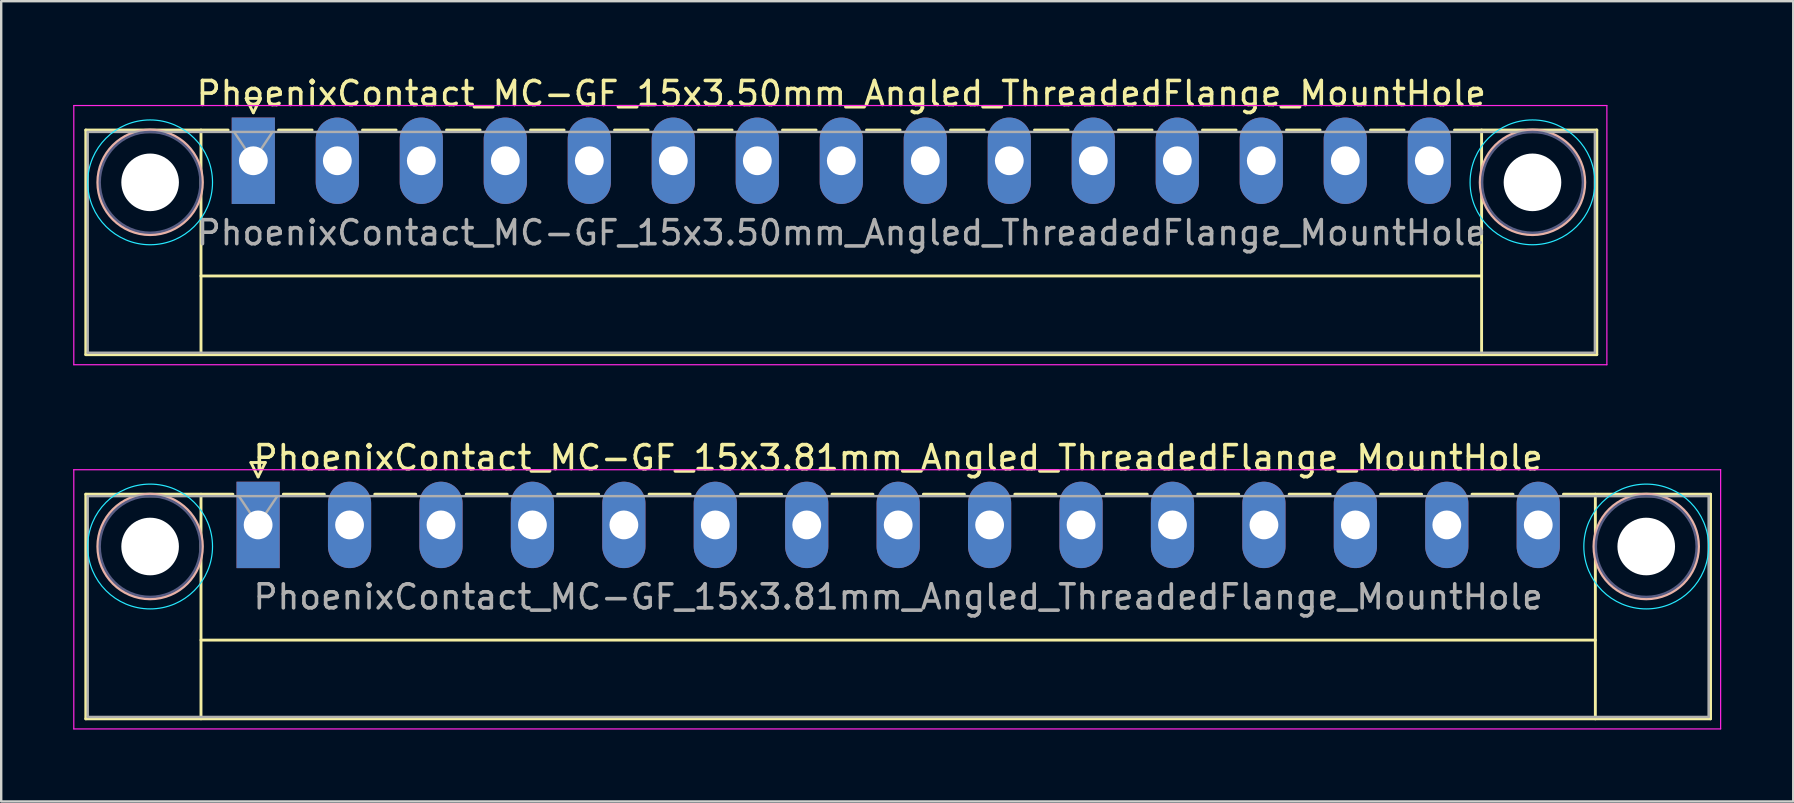
<source format=kicad_pcb>
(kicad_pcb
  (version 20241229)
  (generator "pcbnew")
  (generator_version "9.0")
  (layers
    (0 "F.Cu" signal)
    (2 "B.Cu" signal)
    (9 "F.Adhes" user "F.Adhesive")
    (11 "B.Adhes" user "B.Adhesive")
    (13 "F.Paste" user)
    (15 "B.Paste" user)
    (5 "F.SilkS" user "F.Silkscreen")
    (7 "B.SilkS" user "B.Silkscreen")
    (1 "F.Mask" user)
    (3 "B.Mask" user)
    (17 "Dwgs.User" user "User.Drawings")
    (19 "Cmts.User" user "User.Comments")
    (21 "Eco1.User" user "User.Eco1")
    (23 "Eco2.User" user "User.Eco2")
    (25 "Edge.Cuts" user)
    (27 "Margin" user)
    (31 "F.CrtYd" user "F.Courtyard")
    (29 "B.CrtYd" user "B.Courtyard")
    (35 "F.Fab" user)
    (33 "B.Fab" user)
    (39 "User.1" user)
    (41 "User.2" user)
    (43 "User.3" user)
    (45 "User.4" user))
  (footprint "PhoenixContact_MC-GF_15x3.81mm_Angled_ThreadedFlange_MountHole"
    (layer "F.Cu")
    (at 7.705 18.822)
    (property "Reference" "PhoenixContact_MC-GF_15x3.81mm_Angled_ThreadedFlange_MountHole" (at 26.67 -2.8 0) (layer "F.SilkS") (effects (font (size 1 1) (thickness 0.15))))
    (attr through_hole)
    (fp_line (start -7.18 -1.28) (end -7.18 8.08) (stroke (width 0.12) (type solid)) (layer "F.SilkS"))
    (fp_line (start -7.18 -1.28) (end -1.05 -1.28) (stroke (width 0.12) (type solid)) (layer "F.SilkS"))
    (fp_line (start -7.18 8.08) (end 60.52 8.08) (stroke (width 0.12) (type solid)) (layer "F.SilkS"))
    (fp_line (start -2.38 -1.28) (end -2.38 8.08) (stroke (width 0.12) (type solid)) (layer "F.SilkS"))
    (fp_line (start -2.38 4.8) (end 55.72 4.8) (stroke (width 0.12) (type solid)) (layer "F.SilkS"))
    (fp_line (start -0.3 -2.6) (end 0.3 -2.6) (stroke (width 0.12) (type solid)) (layer "F.SilkS"))
    (fp_line (start 0 -2) (end -0.3 -2.6) (stroke (width 0.12) (type solid)) (layer "F.SilkS"))
    (fp_line (start 0.3 -2.6) (end 0 -2) (stroke (width 0.12) (type solid)) (layer "F.SilkS"))
    (fp_line (start 1.05 -1.28) (end 2.76 -1.28) (stroke (width 0.12) (type solid)) (layer "F.SilkS"))
    (fp_line (start 4.86 -1.28) (end 6.57 -1.28) (stroke (width 0.12) (type solid)) (layer "F.SilkS"))
    (fp_line (start 8.67 -1.28) (end 10.38 -1.28) (stroke (width 0.12) (type solid)) (layer "F.SilkS"))
    (fp_line (start 12.48 -1.28) (end 14.19 -1.28) (stroke (width 0.12) (type solid)) (layer "F.SilkS"))
    (fp_line (start 16.29 -1.28) (end 18 -1.28) (stroke (width 0.12) (type solid)) (layer "F.SilkS"))
    (fp_line (start 20.1 -1.28) (end 21.81 -1.28) (stroke (width 0.12) (type solid)) (layer "F.SilkS"))
    (fp_line (start 23.91 -1.28) (end 25.62 -1.28) (stroke (width 0.12) (type solid)) (layer "F.SilkS"))
    (fp_line (start 27.72 -1.28) (end 29.43 -1.28) (stroke (width 0.12) (type solid)) (layer "F.SilkS"))
    (fp_line (start 31.53 -1.28) (end 33.24 -1.28) (stroke (width 0.12) (type solid)) (layer "F.SilkS"))
    (fp_line (start 35.34 -1.28) (end 37.05 -1.28) (stroke (width 0.12) (type solid)) (layer "F.SilkS"))
    (fp_line (start 39.15 -1.28) (end 40.86 -1.28) (stroke (width 0.12) (type solid)) (layer "F.SilkS"))
    (fp_line (start 42.96 -1.28) (end 44.67 -1.28) (stroke (width 0.12) (type solid)) (layer "F.SilkS"))
    (fp_line (start 46.77 -1.28) (end 48.48 -1.28) (stroke (width 0.12) (type solid)) (layer "F.SilkS"))
    (fp_line (start 50.58 -1.28) (end 52.29 -1.28) (stroke (width 0.12) (type solid)) (layer "F.SilkS"))
    (fp_line (start 55.72 -1.28) (end 55.72 8.08) (stroke (width 0.12) (type solid)) (layer "F.SilkS"))
    (fp_line (start 60.52 -1.28) (end 54.39 -1.28) (stroke (width 0.12) (type solid)) (layer "F.SilkS"))
    (fp_line (start 60.52 8.08) (end 60.52 -1.28) (stroke (width 0.12) (type solid)) (layer "F.SilkS"))
    (fp_circle (center -4.5 0.9) (end -2.32 0.9) (stroke (width 0.12) (type solid)) (fill no) (layer "B.SilkS"))
    (fp_circle (center 57.84 0.9) (end 60.02 0.9) (stroke (width 0.12) (type solid)) (fill no) (layer "B.SilkS"))
    (fp_circle (center -4.5 0.9) (end -1.9 0.9) (stroke (width 0.05) (type solid)) (fill no) (layer "B.CrtYd"))
    (fp_circle (center 57.84 0.9) (end 60.44 0.9) (stroke (width 0.05) (type solid)) (fill no) (layer "B.CrtYd"))
    (fp_line (start -7.68 -2.3) (end -7.68 8.5) (stroke (width 0.05) (type solid)) (layer "F.CrtYd"))
    (fp_line (start -7.68 8.5) (end 60.94 8.5) (stroke (width 0.05) (type solid)) (layer "F.CrtYd"))
    (fp_line (start 60.94 -2.3) (end -7.68 -2.3) (stroke (width 0.05) (type solid)) (layer "F.CrtYd"))
    (fp_line (start 60.94 8.5) (end 60.94 -2.3) (stroke (width 0.05) (type solid)) (layer "F.CrtYd"))
    (fp_circle (center -4.5 0.9) (end -2.4 0.9) (stroke (width 0.1) (type solid)) (fill no) (layer "B.Fab"))
    (fp_circle (center 57.84 0.9) (end 59.94 0.9) (stroke (width 0.1) (type solid)) (fill no) (layer "B.Fab"))
    (fp_line (start -7.1 -1.2) (end -7.1 8) (stroke (width 0.1) (type solid)) (layer "F.Fab"))
    (fp_line (start -7.1 8) (end 60.44 8) (stroke (width 0.1) (type solid)) (layer "F.Fab"))
    (fp_line (start 0 0) (end -0.8 -1.2) (stroke (width 0.1) (type solid)) (layer "F.Fab"))
    (fp_line (start 0.8 -1.2) (end 0 0) (stroke (width 0.1) (type solid)) (layer "F.Fab"))
    (fp_line (start 60.44 -1.2) (end -7.1 -1.2) (stroke (width 0.1) (type solid)) (layer "F.Fab"))
    (fp_line (start 60.44 8) (end 60.44 -1.2) (stroke (width 0.1) (type solid)) (layer "F.Fab"))
    (fp_text user "${REFERENCE}" (at 26.67 3 0) (layer "F.Fab") (effects (font (size 1 1) (thickness 0.15))))
    (pad "" np_thru_hole circle (at -4.5 0.9) (size 2.4 2.4) (drill 2.4) (layers "*.Cu" "*.Mask"))
    (pad "" np_thru_hole circle (at 57.84 0.9) (size 2.4 2.4) (drill 2.4) (layers "*.Cu" "*.Mask"))
    (pad "1" thru_hole rect (at 0 0) (size 1.8 3.6) (drill 1.2) (layers "*.Cu" "*.Mask"))
    (pad "2" thru_hole oval (at 3.81 0) (size 1.8 3.6) (drill 1.2) (layers "*.Cu" "*.Mask"))
    (pad "3" thru_hole oval (at 7.62 0) (size 1.8 3.6) (drill 1.2) (layers "*.Cu" "*.Mask"))
    (pad "4" thru_hole oval (at 11.43 0) (size 1.8 3.6) (drill 1.2) (layers "*.Cu" "*.Mask"))
    (pad "5" thru_hole oval (at 15.24 0) (size 1.8 3.6) (drill 1.2) (layers "*.Cu" "*.Mask"))
    (pad "6" thru_hole oval (at 19.05 0) (size 1.8 3.6) (drill 1.2) (layers "*.Cu" "*.Mask"))
    (pad "7" thru_hole oval (at 22.86 0) (size 1.8 3.6) (drill 1.2) (layers "*.Cu" "*.Mask"))
    (pad "8" thru_hole oval (at 26.67 0) (size 1.8 3.6) (drill 1.2) (layers "*.Cu" "*.Mask"))
    (pad "9" thru_hole oval (at 30.48 0) (size 1.8 3.6) (drill 1.2) (layers "*.Cu" "*.Mask"))
    (pad "10" thru_hole oval (at 34.29 0) (size 1.8 3.6) (drill 1.2) (layers "*.Cu" "*.Mask"))
    (pad "11" thru_hole oval (at 38.1 0) (size 1.8 3.6) (drill 1.2) (layers "*.Cu" "*.Mask"))
    (pad "12" thru_hole oval (at 41.91 0) (size 1.8 3.6) (drill 1.2) (layers "*.Cu" "*.Mask"))
    (pad "13" thru_hole oval (at 45.72 0) (size 1.8 3.6) (drill 1.2) (layers "*.Cu" "*.Mask"))
    (pad "14" thru_hole oval (at 49.53 0) (size 1.8 3.6) (drill 1.2) (layers "*.Cu" "*.Mask"))
    (pad "15" thru_hole oval (at 53.34 0) (size 1.8 3.6) (drill 1.2) (layers "*.Cu" "*.Mask")))
  (footprint "PhoenixContact_MC-GF_15x3.50mm_Angled_ThreadedFlange_MountHole"
    (layer "F.Cu")
    (at 7.505 3.648)
    (property "Reference" "PhoenixContact_MC-GF_15x3.50mm_Angled_ThreadedFlange_MountHole" (at 24.5 -2.8 0) (layer "F.SilkS") (effects (font (size 1 1) (thickness 0.15))))
    (attr through_hole)
    (fp_line (start -6.98 -1.28) (end -6.98 8.08) (stroke (width 0.12) (type solid)) (layer "F.SilkS"))
    (fp_line (start -6.98 -1.28) (end -1.05 -1.28) (stroke (width 0.12) (type solid)) (layer "F.SilkS"))
    (fp_line (start -6.98 8.08) (end 55.98 8.08) (stroke (width 0.12) (type solid)) (layer "F.SilkS"))
    (fp_line (start -2.18 -1.28) (end -2.18 8.08) (stroke (width 0.12) (type solid)) (layer "F.SilkS"))
    (fp_line (start -2.18 4.8) (end 51.18 4.8) (stroke (width 0.12) (type solid)) (layer "F.SilkS"))
    (fp_line (start -0.3 -2.6) (end 0.3 -2.6) (stroke (width 0.12) (type solid)) (layer "F.SilkS"))
    (fp_line (start 0 -2) (end -0.3 -2.6) (stroke (width 0.12) (type solid)) (layer "F.SilkS"))
    (fp_line (start 0.3 -2.6) (end 0 -2) (stroke (width 0.12) (type solid)) (layer "F.SilkS"))
    (fp_line (start 1.05 -1.28) (end 2.45 -1.28) (stroke (width 0.12) (type solid)) (layer "F.SilkS"))
    (fp_line (start 4.55 -1.28) (end 5.95 -1.28) (stroke (width 0.12) (type solid)) (layer "F.SilkS"))
    (fp_line (start 8.05 -1.28) (end 9.45 -1.28) (stroke (width 0.12) (type solid)) (layer "F.SilkS"))
    (fp_line (start 11.55 -1.28) (end 12.95 -1.28) (stroke (width 0.12) (type solid)) (layer "F.SilkS"))
    (fp_line (start 15.05 -1.28) (end 16.45 -1.28) (stroke (width 0.12) (type solid)) (layer "F.SilkS"))
    (fp_line (start 18.55 -1.28) (end 19.95 -1.28) (stroke (width 0.12) (type solid)) (layer "F.SilkS"))
    (fp_line (start 22.05 -1.28) (end 23.45 -1.28) (stroke (width 0.12) (type solid)) (layer "F.SilkS"))
    (fp_line (start 25.55 -1.28) (end 26.95 -1.28) (stroke (width 0.12) (type solid)) (layer "F.SilkS"))
    (fp_line (start 29.05 -1.28) (end 30.45 -1.28) (stroke (width 0.12) (type solid)) (layer "F.SilkS"))
    (fp_line (start 32.55 -1.28) (end 33.95 -1.28) (stroke (width 0.12) (type solid)) (layer "F.SilkS"))
    (fp_line (start 36.05 -1.28) (end 37.45 -1.28) (stroke (width 0.12) (type solid)) (layer "F.SilkS"))
    (fp_line (start 39.55 -1.28) (end 40.95 -1.28) (stroke (width 0.12) (type solid)) (layer "F.SilkS"))
    (fp_line (start 43.05 -1.28) (end 44.45 -1.28) (stroke (width 0.12) (type solid)) (layer "F.SilkS"))
    (fp_line (start 46.55 -1.28) (end 47.95 -1.28) (stroke (width 0.12) (type solid)) (layer "F.SilkS"))
    (fp_line (start 51.18 -1.28) (end 51.18 8.08) (stroke (width 0.12) (type solid)) (layer "F.SilkS"))
    (fp_line (start 55.98 -1.28) (end 50.05 -1.28) (stroke (width 0.12) (type solid)) (layer "F.SilkS"))
    (fp_line (start 55.98 8.08) (end 55.98 -1.28) (stroke (width 0.12) (type solid)) (layer "F.SilkS"))
    (fp_circle (center -4.3 0.9) (end -2.12 0.9) (stroke (width 0.12) (type solid)) (fill no) (layer "B.SilkS"))
    (fp_circle (center 53.3 0.9) (end 55.48 0.9) (stroke (width 0.12) (type solid)) (fill no) (layer "B.SilkS"))
    (fp_circle (center -4.3 0.9) (end -1.7 0.9) (stroke (width 0.05) (type solid)) (fill no) (layer "B.CrtYd"))
    (fp_circle (center 53.3 0.9) (end 55.9 0.9) (stroke (width 0.05) (type solid)) (fill no) (layer "B.CrtYd"))
    (fp_line (start -7.48 -2.3) (end -7.48 8.5) (stroke (width 0.05) (type solid)) (layer "F.CrtYd"))
    (fp_line (start -7.48 8.5) (end 56.4 8.5) (stroke (width 0.05) (type solid)) (layer "F.CrtYd"))
    (fp_line (start 56.4 -2.3) (end -7.48 -2.3) (stroke (width 0.05) (type solid)) (layer "F.CrtYd"))
    (fp_line (start 56.4 8.5) (end 56.4 -2.3) (stroke (width 0.05) (type solid)) (layer "F.CrtYd"))
    (fp_circle (center -4.3 0.9) (end -2.2 0.9) (stroke (width 0.1) (type solid)) (fill no) (layer "B.Fab"))
    (fp_circle (center 53.3 0.9) (end 55.4 0.9) (stroke (width 0.1) (type solid)) (fill no) (layer "B.Fab"))
    (fp_line (start -6.9 -1.2) (end -6.9 8) (stroke (width 0.1) (type solid)) (layer "F.Fab"))
    (fp_line (start -6.9 8) (end 55.9 8) (stroke (width 0.1) (type solid)) (layer "F.Fab"))
    (fp_line (start 0 0) (end -0.8 -1.2) (stroke (width 0.1) (type solid)) (layer "F.Fab"))
    (fp_line (start 0.8 -1.2) (end 0 0) (stroke (width 0.1) (type solid)) (layer "F.Fab"))
    (fp_line (start 55.9 -1.2) (end -6.9 -1.2) (stroke (width 0.1) (type solid)) (layer "F.Fab"))
    (fp_line (start 55.9 8) (end 55.9 -1.2) (stroke (width 0.1) (type solid)) (layer "F.Fab"))
    (fp_text user "${REFERENCE}" (at 24.5 3 0) (layer "F.Fab") (effects (font (size 1 1) (thickness 0.15))))
    (pad "" np_thru_hole circle (at -4.3 0.9) (size 2.4 2.4) (drill 2.4) (layers "*.Cu" "*.Mask"))
    (pad "" np_thru_hole circle (at 53.3 0.9) (size 2.4 2.4) (drill 2.4) (layers "*.Cu" "*.Mask"))
    (pad "1" thru_hole rect (at 0 0) (size 1.8 3.6) (drill 1.2) (layers "*.Cu" "*.Mask"))
    (pad "2" thru_hole oval (at 3.5 0) (size 1.8 3.6) (drill 1.2) (layers "*.Cu" "*.Mask"))
    (pad "3" thru_hole oval (at 7 0) (size 1.8 3.6) (drill 1.2) (layers "*.Cu" "*.Mask"))
    (pad "4" thru_hole oval (at 10.5 0) (size 1.8 3.6) (drill 1.2) (layers "*.Cu" "*.Mask"))
    (pad "5" thru_hole oval (at 14 0) (size 1.8 3.6) (drill 1.2) (layers "*.Cu" "*.Mask"))
    (pad "6" thru_hole oval (at 17.5 0) (size 1.8 3.6) (drill 1.2) (layers "*.Cu" "*.Mask"))
    (pad "7" thru_hole oval (at 21 0) (size 1.8 3.6) (drill 1.2) (layers "*.Cu" "*.Mask"))
    (pad "8" thru_hole oval (at 24.5 0) (size 1.8 3.6) (drill 1.2) (layers "*.Cu" "*.Mask"))
    (pad "9" thru_hole oval (at 28 0) (size 1.8 3.6) (drill 1.2) (layers "*.Cu" "*.Mask"))
    (pad "10" thru_hole oval (at 31.5 0) (size 1.8 3.6) (drill 1.2) (layers "*.Cu" "*.Mask"))
    (pad "11" thru_hole oval (at 35 0) (size 1.8 3.6) (drill 1.2) (layers "*.Cu" "*.Mask"))
    (pad "12" thru_hole oval (at 38.5 0) (size 1.8 3.6) (drill 1.2) (layers "*.Cu" "*.Mask"))
    (pad "13" thru_hole oval (at 42 0) (size 1.8 3.6) (drill 1.2) (layers "*.Cu" "*.Mask"))
    (pad "14" thru_hole oval (at 45.5 0) (size 1.8 3.6) (drill 1.2) (layers "*.Cu" "*.Mask"))
    (pad "15" thru_hole oval (at 49 0) (size 1.8 3.6) (drill 1.2) (layers "*.Cu" "*.Mask")))
  (gr_rect
    (start -3 -3)
    (end 71.67 30.346)
    (stroke (width 0.1) (type default))
    (fill no)
    (layer "Edge.Cuts")))
</source>
